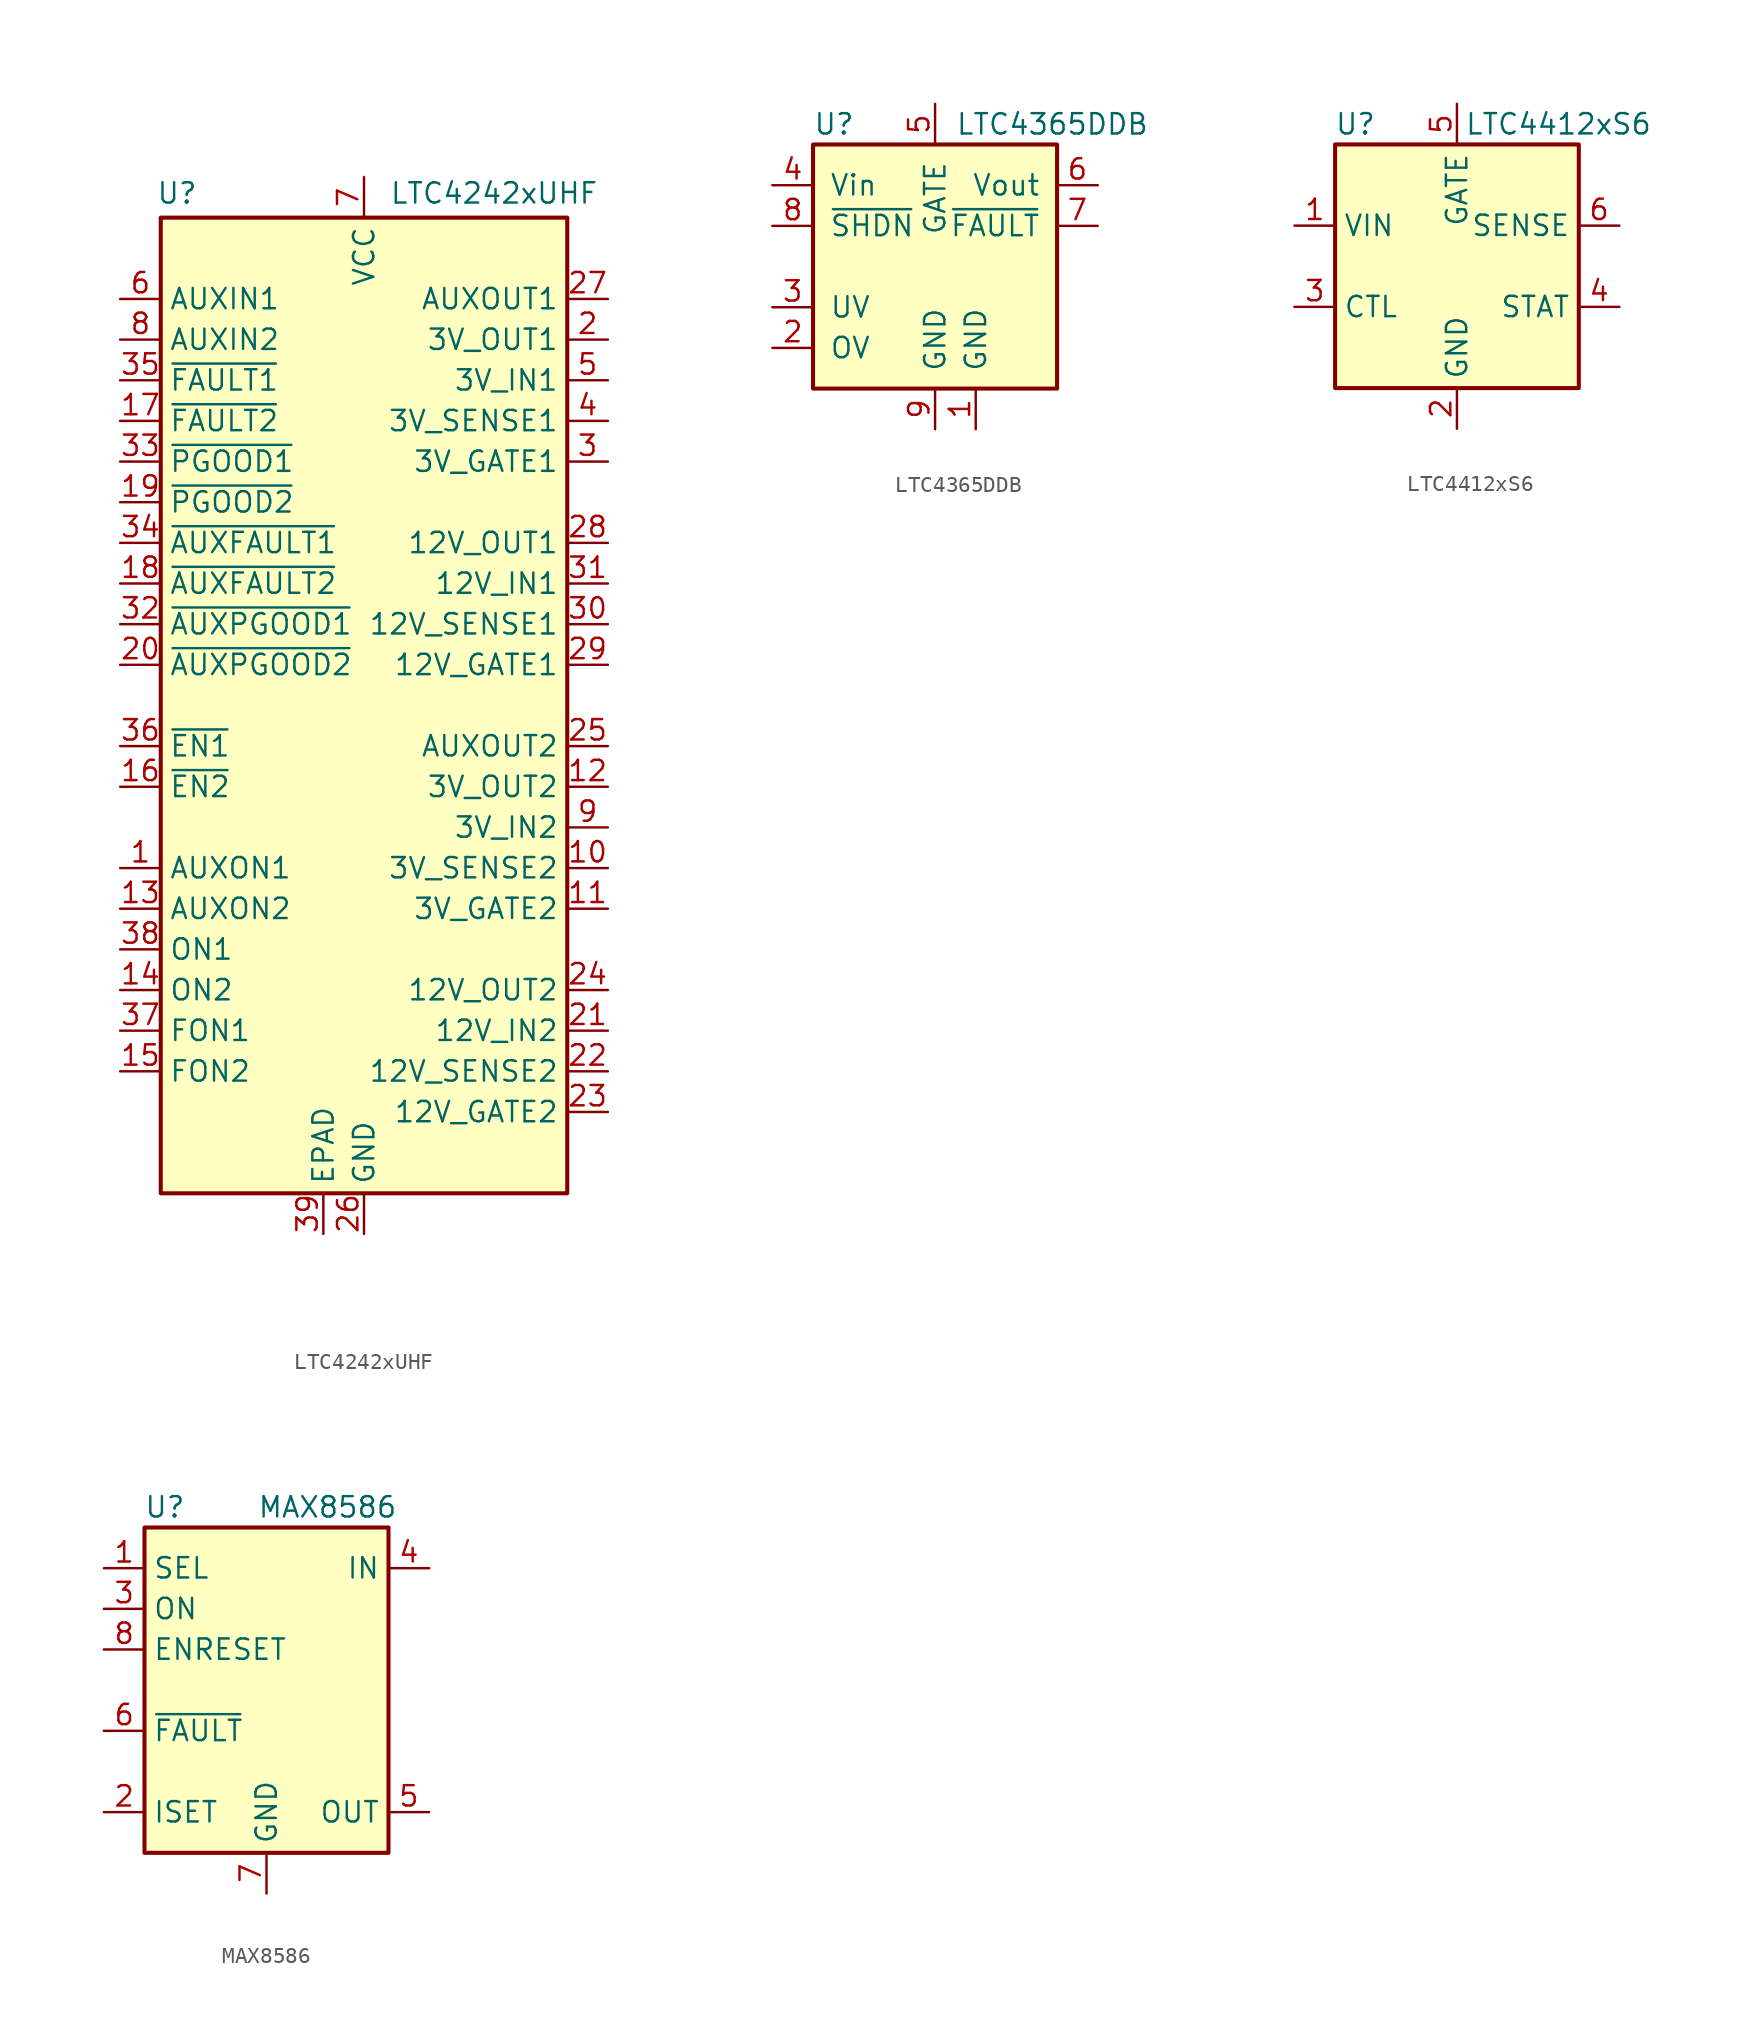
<source format=kicad_sym>
(kicad_symbol_lib
  (version 20241209)
  (generator "kicad_symbol_editor")
  (generator_version "9.0")
  (symbol "LTC4242xUHF"
    (property "Reference" "U"
      (at -11.684 32.004 0)
      (effects (font (size 1.27 1.27))))
    (property "Value" "LTC4242xUHF"
      (at 8.128 32.004 0)
      (effects (font (size 1.27 1.27))))
    (symbol "LTC4242xUHF_0_1"
      (rectangle (start -12.7 30.48) (end 12.7 -30.48) (stroke (width 0.254) (type default)) (fill (type background))))
    (symbol "LTC4242xUHF_1_1"
      (pin input line (at -15.24 25.4 0) (length 2.54) (name "AUXIN1" (effects (font (size 1.27 1.27)))) (number "6" (effects (font (size 1.27 1.27)))))
      (pin input line (at -15.24 22.86 0) (length 2.54) (name "AUXIN2" (effects (font (size 1.27 1.27)))) (number "8" (effects (font (size 1.27 1.27)))))
      (pin open_collector line (at -15.24 20.32 0) (length 2.54) (name "~{FAULT1}" (effects (font (size 1.27 1.27)))) (number "35" (effects (font (size 1.27 1.27)))))
      (pin open_collector line (at -15.24 17.78 0) (length 2.54) (name "~{FAULT2}" (effects (font (size 1.27 1.27)))) (number "17" (effects (font (size 1.27 1.27)))))
      (pin open_collector line (at -15.24 15.24 0) (length 2.54) (name "~{PGOOD1}" (effects (font (size 1.27 1.27)))) (number "33" (effects (font (size 1.27 1.27)))))
      (pin open_collector line (at -15.24 12.7 0) (length 2.54) (name "~{PGOOD2}" (effects (font (size 1.27 1.27)))) (number "19" (effects (font (size 1.27 1.27)))))
      (pin open_collector line (at -15.24 10.16 0) (length 2.54) (name "~{AUXFAULT1}" (effects (font (size 1.27 1.27)))) (number "34" (effects (font (size 1.27 1.27)))))
      (pin open_collector line (at -15.24 7.62 0) (length 2.54) (name "~{AUXFAULT2}" (effects (font (size 1.27 1.27)))) (number "18" (effects (font (size 1.27 1.27)))))
      (pin open_collector line (at -15.24 5.08 0) (length 2.54) (name "~{AUXPGOOD1}" (effects (font (size 1.27 1.27)))) (number "32" (effects (font (size 1.27 1.27)))))
      (pin open_collector line (at -15.24 2.54 0) (length 2.54) (name "~{AUXPGOOD2}" (effects (font (size 1.27 1.27)))) (number "20" (effects (font (size 1.27 1.27)))))
      (pin input line (at -15.24 -2.54 0) (length 2.54) (name "~{EN1}" (effects (font (size 1.27 1.27)))) (number "36" (effects (font (size 1.27 1.27)))))
      (pin input line (at -15.24 -5.08 0) (length 2.54) (name "~{EN2}" (effects (font (size 1.27 1.27)))) (number "16" (effects (font (size 1.27 1.27)))))
      (pin input line (at -15.24 -10.16 0) (length 2.54) (name "AUXON1" (effects (font (size 1.27 1.27)))) (number "1" (effects (font (size 1.27 1.27)))))
      (pin input line (at -15.24 -12.7 0) (length 2.54) (name "AUXON2" (effects (font (size 1.27 1.27)))) (number "13" (effects (font (size 1.27 1.27)))))
      (pin input line (at -15.24 -15.24 0) (length 2.54) (name "ON1" (effects (font (size 1.27 1.27)))) (number "38" (effects (font (size 1.27 1.27)))))
      (pin input line (at -15.24 -17.78 0) (length 2.54) (name "ON2" (effects (font (size 1.27 1.27)))) (number "14" (effects (font (size 1.27 1.27)))))
      (pin input line (at -15.24 -20.32 0) (length 2.54) (name "FON1" (effects (font (size 1.27 1.27)))) (number "37" (effects (font (size 1.27 1.27)))))
      (pin input line (at -15.24 -22.86 0) (length 2.54) (name "FON2" (effects (font (size 1.27 1.27)))) (number "15" (effects (font (size 1.27 1.27)))))
      (pin power_in line (at -2.54 -33.02 90) (length 2.54) (name "EPAD" (effects (font (size 1.27 1.27)))) (number "39" (effects (font (size 1.27 1.27)))))
      (pin power_in line (at 0 33.02 270) (length 2.54) (name "VCC" (effects (font (size 1.27 1.27)))) (number "7" (effects (font (size 1.27 1.27)))))
      (pin power_in line (at 0 -33.02 90) (length 2.54) (name "GND" (effects (font (size 1.27 1.27)))) (number "26" (effects (font (size 1.27 1.27)))))
      (pin output line (at 15.24 25.4 180) (length 2.54) (name "AUXOUT1" (effects (font (size 1.27 1.27)))) (number "27" (effects (font (size 1.27 1.27)))))
      (pin open_collector line (at 15.24 22.86 180) (length 2.54) (name "3V_OUT1" (effects (font (size 1.27 1.27)))) (number "2" (effects (font (size 1.27 1.27)))))
      (pin power_in line (at 15.24 20.32 180) (length 2.54) (name "3V_IN1" (effects (font (size 1.27 1.27)))) (number "5" (effects (font (size 1.27 1.27)))))
      (pin input line (at 15.24 17.78 180) (length 2.54) (name "3V_SENSE1" (effects (font (size 1.27 1.27)))) (number "4" (effects (font (size 1.27 1.27)))))
      (pin output line (at 15.24 15.24 180) (length 2.54) (name "3V_GATE1" (effects (font (size 1.27 1.27)))) (number "3" (effects (font (size 1.27 1.27)))))
      (pin open_collector line (at 15.24 10.16 180) (length 2.54) (name "12V_OUT1" (effects (font (size 1.27 1.27)))) (number "28" (effects (font (size 1.27 1.27)))))
      (pin power_in line (at 15.24 7.62 180) (length 2.54) (name "12V_IN1" (effects (font (size 1.27 1.27)))) (number "31" (effects (font (size 1.27 1.27)))))
      (pin input line (at 15.24 5.08 180) (length 2.54) (name "12V_SENSE1" (effects (font (size 1.27 1.27)))) (number "30" (effects (font (size 1.27 1.27)))))
      (pin output line (at 15.24 2.54 180) (length 2.54) (name "12V_GATE1" (effects (font (size 1.27 1.27)))) (number "29" (effects (font (size 1.27 1.27)))))
      (pin output line (at 15.24 -2.54 180) (length 2.54) (name "AUXOUT2" (effects (font (size 1.27 1.27)))) (number "25" (effects (font (size 1.27 1.27)))))
      (pin open_collector line (at 15.24 -5.08 180) (length 2.54) (name "3V_OUT2" (effects (font (size 1.27 1.27)))) (number "12" (effects (font (size 1.27 1.27)))))
      (pin power_in line (at 15.24 -7.62 180) (length 2.54) (name "3V_IN2" (effects (font (size 1.27 1.27)))) (number "9" (effects (font (size 1.27 1.27)))))
      (pin input line (at 15.24 -10.16 180) (length 2.54) (name "3V_SENSE2" (effects (font (size 1.27 1.27)))) (number "10" (effects (font (size 1.27 1.27)))))
      (pin output line (at 15.24 -12.7 180) (length 2.54) (name "3V_GATE2" (effects (font (size 1.27 1.27)))) (number "11" (effects (font (size 1.27 1.27)))))
      (pin open_collector line (at 15.24 -17.78 180) (length 2.54) (name "12V_OUT2" (effects (font (size 1.27 1.27)))) (number "24" (effects (font (size 1.27 1.27)))))
      (pin power_in line (at 15.24 -20.32 180) (length 2.54) (name "12V_IN2" (effects (font (size 1.27 1.27)))) (number "21" (effects (font (size 1.27 1.27)))))
      (pin input line (at 15.24 -22.86 180) (length 2.54) (name "12V_SENSE2" (effects (font (size 1.27 1.27)))) (number "22" (effects (font (size 1.27 1.27)))))
      (pin output line (at 15.24 -25.4 180) (length 2.54) (name "12V_GATE2" (effects (font (size 1.27 1.27)))) (number "23" (effects (font (size 1.27 1.27)))))))
  (symbol "LTC4365DDB"
    (pin_names
      (offset 1.016))
    (property "Reference" "U"
      (at -7.62 8.89 0)
      (effects (font (size 1.27 1.27)) (justify left)))
    (property "Value" "LTC4365DDB"
      (at 1.27 8.89 0)
      (effects (font (size 1.27 1.27)) (justify left)))
    (symbol "LTC4365DDB_0_1"
      (rectangle (start -7.62 7.62) (end 7.62 -7.62) (stroke (width 0.254) (type default)) (fill (type background))))
    (symbol "LTC4365DDB_1_1"
      (pin power_in line (at -10.16 5.08 0) (length 2.54) (name "Vin" (effects (font (size 1.27 1.27)))) (number "4" (effects (font (size 1.27 1.27)))))
      (pin input line (at -10.16 2.54 0) (length 2.54) (name "~{SHDN}" (effects (font (size 1.27 1.27)))) (number "8" (effects (font (size 1.27 1.27)))))
      (pin input line (at -10.16 -2.54 0) (length 2.54) (name "UV" (effects (font (size 1.27 1.27)))) (number "3" (effects (font (size 1.27 1.27)))))
      (pin input line (at -10.16 -5.08 0) (length 2.54) (name "OV" (effects (font (size 1.27 1.27)))) (number "2" (effects (font (size 1.27 1.27)))))
      (pin output line (at 0 10.16 270) (length 2.54) (name "GATE" (effects (font (size 1.27 1.27)))) (number "5" (effects (font (size 1.27 1.27)))))
      (pin power_in line (at 0 -10.16 90) (length 2.54) (name "GND" (effects (font (size 1.27 1.27)))) (number "9" (effects (font (size 1.27 1.27)))))
      (pin power_in line (at 2.54 -10.16 90) (length 2.54) (name "GND" (effects (font (size 1.27 1.27)))) (number "1" (effects (font (size 1.27 1.27)))))
      (pin input line (at 10.16 5.08 180) (length 2.54) (name "Vout" (effects (font (size 1.27 1.27)))) (number "6" (effects (font (size 1.27 1.27)))))
      (pin open_collector line (at 10.16 2.54 180) (length 2.54) (name "~{FAULT}" (effects (font (size 1.27 1.27)))) (number "7" (effects (font (size 1.27 1.27)))))))
  (symbol "LTC4412xS6"
    (property "Reference" "U"
      (at -6.35 8.89 0)
      (effects (font (size 1.27 1.27))))
    (property "Value" "LTC4412xS6"
      (at 6.35 8.89 0)
      (effects (font (size 1.27 1.27))))
    (symbol "LTC4412xS6_0_1"
      (rectangle (start -7.62 7.62) (end 7.62 -7.62) (stroke (width 0.254) (type default)) (fill (type background))))
    (symbol "LTC4412xS6_1_1"
      (pin power_in line (at -10.16 2.54 0) (length 2.54) (name "VIN" (effects (font (size 1.27 1.27)))) (number "1" (effects (font (size 1.27 1.27)))))
      (pin input line (at -10.16 -2.54 0) (length 2.54) (name "CTL" (effects (font (size 1.27 1.27)))) (number "3" (effects (font (size 1.27 1.27)))))
      (pin output line (at 0 10.16 270) (length 2.54) (name "GATE" (effects (font (size 1.27 1.27)))) (number "5" (effects (font (size 1.27 1.27)))))
      (pin power_in line (at 0 -10.16 90) (length 2.54) (name "GND" (effects (font (size 1.27 1.27)))) (number "2" (effects (font (size 1.27 1.27)))))
      (pin input line (at 10.16 2.54 180) (length 2.54) (name "SENSE" (effects (font (size 1.27 1.27)))) (number "6" (effects (font (size 1.27 1.27)))))
      (pin open_collector line (at 10.16 -2.54 180) (length 2.54) (name "STAT" (effects (font (size 1.27 1.27)))) (number "4" (effects (font (size 1.27 1.27)))))))
  (symbol "MAX8586"
    (property "Reference" "U"
      (at -6.35 11.43 0)
      (effects (font (size 1.27 1.27))))
    (property "Value" "MAX8586"
      (at 3.81 11.43 0)
      (effects (font (size 1.27 1.27))))
    (symbol "MAX8586_0_1"
      (rectangle (start -7.62 10.16) (end 7.62 -10.16) (stroke (width 0.254) (type default)) (fill (type background))))
    (symbol "MAX8586_1_1"
      (pin input line (at -10.16 7.62 0) (length 2.54) (name "SEL" (effects (font (size 1.27 1.27)))) (number "1" (effects (font (size 1.27 1.27)))))
      (pin input line (at -10.16 5.08 0) (length 2.54) (name "ON" (effects (font (size 1.27 1.27)))) (number "3" (effects (font (size 1.27 1.27)))))
      (pin input line (at -10.16 2.54 0) (length 2.54) (name "ENRESET" (effects (font (size 1.27 1.27)))) (number "8" (effects (font (size 1.27 1.27)))))
      (pin open_collector line (at -10.16 -2.54 0) (length 2.54) (name "~{FAULT}" (effects (font (size 1.27 1.27)))) (number "6" (effects (font (size 1.27 1.27)))))
      (pin input line (at -10.16 -7.62 0) (length 2.54) (name "ISET" (effects (font (size 1.27 1.27)))) (number "2" (effects (font (size 1.27 1.27)))))
      (pin power_in line (at 0 -12.7 90) (length 2.54) (name "GND" (effects (font (size 1.27 1.27)))) (number "7" (effects (font (size 1.27 1.27)))))
      (pin passive line (at 0 -12.7 90) (length 2.54) (hide yes) (name "GND" (effects (font (size 1.27 1.27)))) (number "9" (effects (font (size 1.27 1.27)))))
      (pin power_in line (at 10.16 7.62 180) (length 2.54) (name "IN" (effects (font (size 1.27 1.27)))) (number "4" (effects (font (size 1.27 1.27)))))
      (pin power_out line (at 10.16 -7.62 180) (length 2.54) (name "OUT" (effects (font (size 1.27 1.27)))) (number "5" (effects (font (size 1.27 1.27))))))))
</source>
